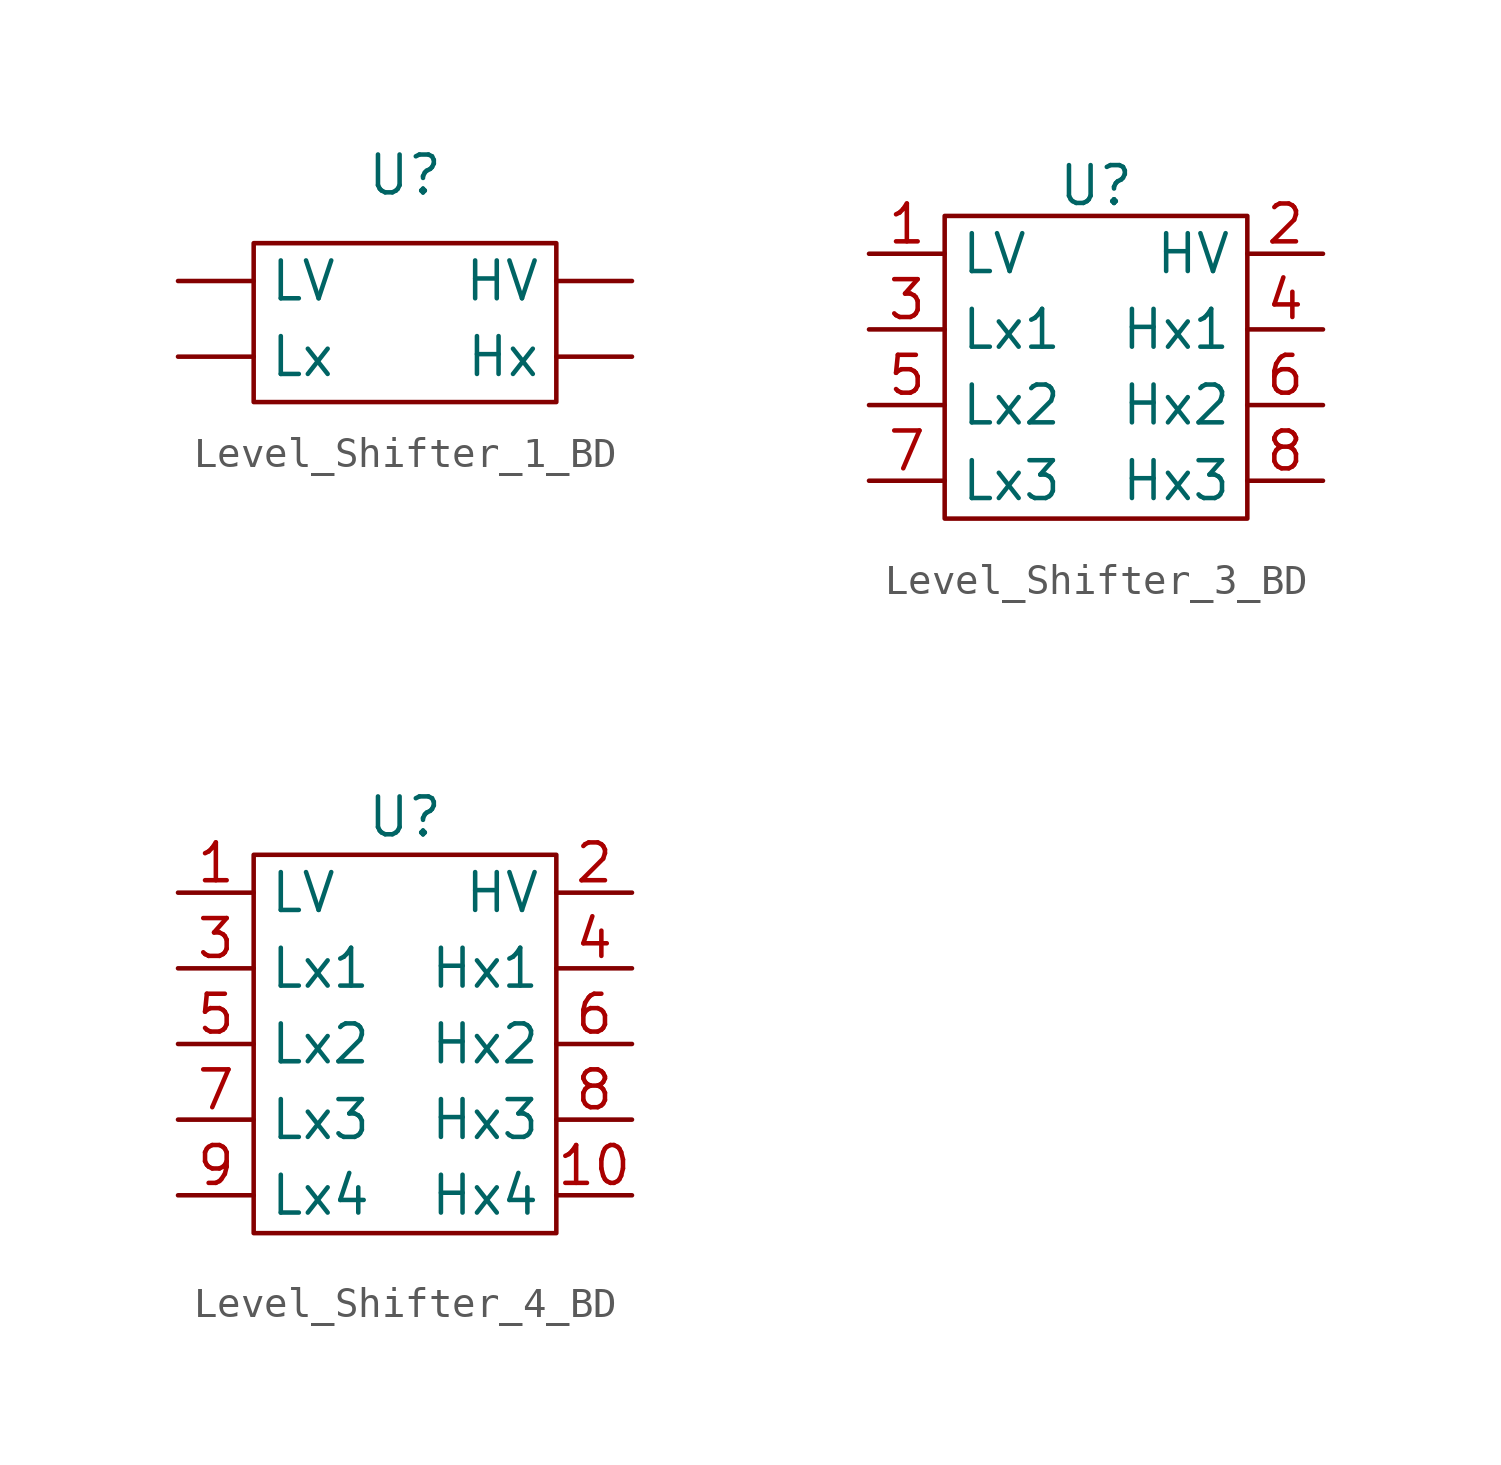
<source format=kicad_sym>
(kicad_symbol_lib
  (version 20241209)
  (generator "kicad_symbol_editor")
  (generator_version "9.0")
  (symbol "Level_Shifter_1_BD"
    (property "Reference" "U"
      (at 0 1.016 0)
      (effects (font (size 1.27 1.27))))
    (property "Value" ""
      (at 0 0 0)
      (effects (font (size 1.27 1.27))))
    (symbol "Level_Shifter_1_BD_0_1"
      (rectangle (start -5.08 -1.27) (end 5.08 -6.604) (stroke (width 0) (type default)) (fill (type none))))
    (symbol "Level_Shifter_1_BD_1_1"
      (pin power_in line (at -7.62 -2.54 0) (length 2.54) (name "LV" (effects (font (size 1.27 1.27)))) (number "" (effects (font (size 1.27 1.27)))))
      (pin bidirectional line (at -7.62 -5.08 0) (length 2.54) (name "Lx" (effects (font (size 1.27 1.27)))) (number "" (effects (font (size 1.27 1.27)))))
      (pin power_in line (at 7.62 -2.54 180) (length 2.54) (name "HV" (effects (font (size 1.27 1.27)))) (number "" (effects (font (size 1.27 1.27)))))
      (pin bidirectional line (at 7.62 -5.08 180) (length 2.54) (name "Hx" (effects (font (size 1.27 1.27)))) (number "" (effects (font (size 1.27 1.27)))))))
  (symbol "Level_Shifter_3_BD"
    (property "Reference" "U"
      (at 0 1.016 0)
      (effects (font (size 1.27 1.27))))
    (property "Value" ""
      (at 0 0 0)
      (effects (font (size 1.27 1.27))))
    (symbol "Level_Shifter_3_BD_0_1"
      (rectangle (start -5.08 0) (end 5.08 -10.16) (stroke (width 0) (type default)) (fill (type none))))
    (symbol "Level_Shifter_3_BD_1_1"
      (pin power_in line (at -7.62 -1.27 0) (length 2.54) (name "LV" (effects (font (size 1.27 1.27)))) (number "1" (effects (font (size 1.27 1.27)))))
      (pin bidirectional line (at -7.62 -3.81 0) (length 2.54) (name "Lx1" (effects (font (size 1.27 1.27)))) (number "3" (effects (font (size 1.27 1.27)))))
      (pin bidirectional line (at -7.62 -6.35 0) (length 2.54) (name "Lx2" (effects (font (size 1.27 1.27)))) (number "5" (effects (font (size 1.27 1.27)))))
      (pin bidirectional line (at -7.62 -8.89 0) (length 2.54) (name "Lx3" (effects (font (size 1.27 1.27)))) (number "7" (effects (font (size 1.27 1.27)))))
      (pin power_in line (at 7.62 -1.27 180) (length 2.54) (name "HV" (effects (font (size 1.27 1.27)))) (number "2" (effects (font (size 1.27 1.27)))))
      (pin bidirectional line (at 7.62 -3.81 180) (length 2.54) (name "Hx1" (effects (font (size 1.27 1.27)))) (number "4" (effects (font (size 1.27 1.27)))))
      (pin bidirectional line (at 7.62 -6.35 180) (length 2.54) (name "Hx2" (effects (font (size 1.27 1.27)))) (number "6" (effects (font (size 1.27 1.27)))))
      (pin bidirectional line (at 7.62 -8.89 180) (length 2.54) (name "Hx3" (effects (font (size 1.27 1.27)))) (number "8" (effects (font (size 1.27 1.27)))))))
  (symbol "Level_Shifter_4_BD"
    (property "Reference" "U"
      (at 0 1.27 0)
      (effects (font (size 1.27 1.27))))
    (property "Value" ""
      (at 0 0 0)
      (effects (font (size 1.27 1.27))))
    (symbol "Level_Shifter_4_BD_0_1"
      (rectangle (start -5.08 0) (end 5.08 -12.7) (stroke (width 0) (type default)) (fill (type none))))
    (symbol "Level_Shifter_4_BD_1_1"
      (pin power_in line (at -7.62 -1.27 0) (length 2.54) (name "LV" (effects (font (size 1.27 1.27)))) (number "1" (effects (font (size 1.27 1.27)))))
      (pin bidirectional line (at -7.62 -3.81 0) (length 2.54) (name "Lx1" (effects (font (size 1.27 1.27)))) (number "3" (effects (font (size 1.27 1.27)))))
      (pin bidirectional line (at -7.62 -6.35 0) (length 2.54) (name "Lx2" (effects (font (size 1.27 1.27)))) (number "5" (effects (font (size 1.27 1.27)))))
      (pin bidirectional line (at -7.62 -8.89 0) (length 2.54) (name "Lx3" (effects (font (size 1.27 1.27)))) (number "7" (effects (font (size 1.27 1.27)))))
      (pin bidirectional line (at -7.62 -11.43 0) (length 2.54) (name "Lx4" (effects (font (size 1.27 1.27)))) (number "9" (effects (font (size 1.27 1.27)))))
      (pin power_in line (at 7.62 -1.27 180) (length 2.54) (name "HV" (effects (font (size 1.27 1.27)))) (number "2" (effects (font (size 1.27 1.27)))))
      (pin bidirectional line (at 7.62 -3.81 180) (length 2.54) (name "Hx1" (effects (font (size 1.27 1.27)))) (number "4" (effects (font (size 1.27 1.27)))))
      (pin bidirectional line (at 7.62 -6.35 180) (length 2.54) (name "Hx2" (effects (font (size 1.27 1.27)))) (number "6" (effects (font (size 1.27 1.27)))))
      (pin bidirectional line (at 7.62 -8.89 180) (length 2.54) (name "Hx3" (effects (font (size 1.27 1.27)))) (number "8" (effects (font (size 1.27 1.27)))))
      (pin bidirectional line (at 7.62 -11.43 180) (length 2.54) (name "Hx4" (effects (font (size 1.27 1.27)))) (number "10" (effects (font (size 1.27 1.27))))))))
</source>
